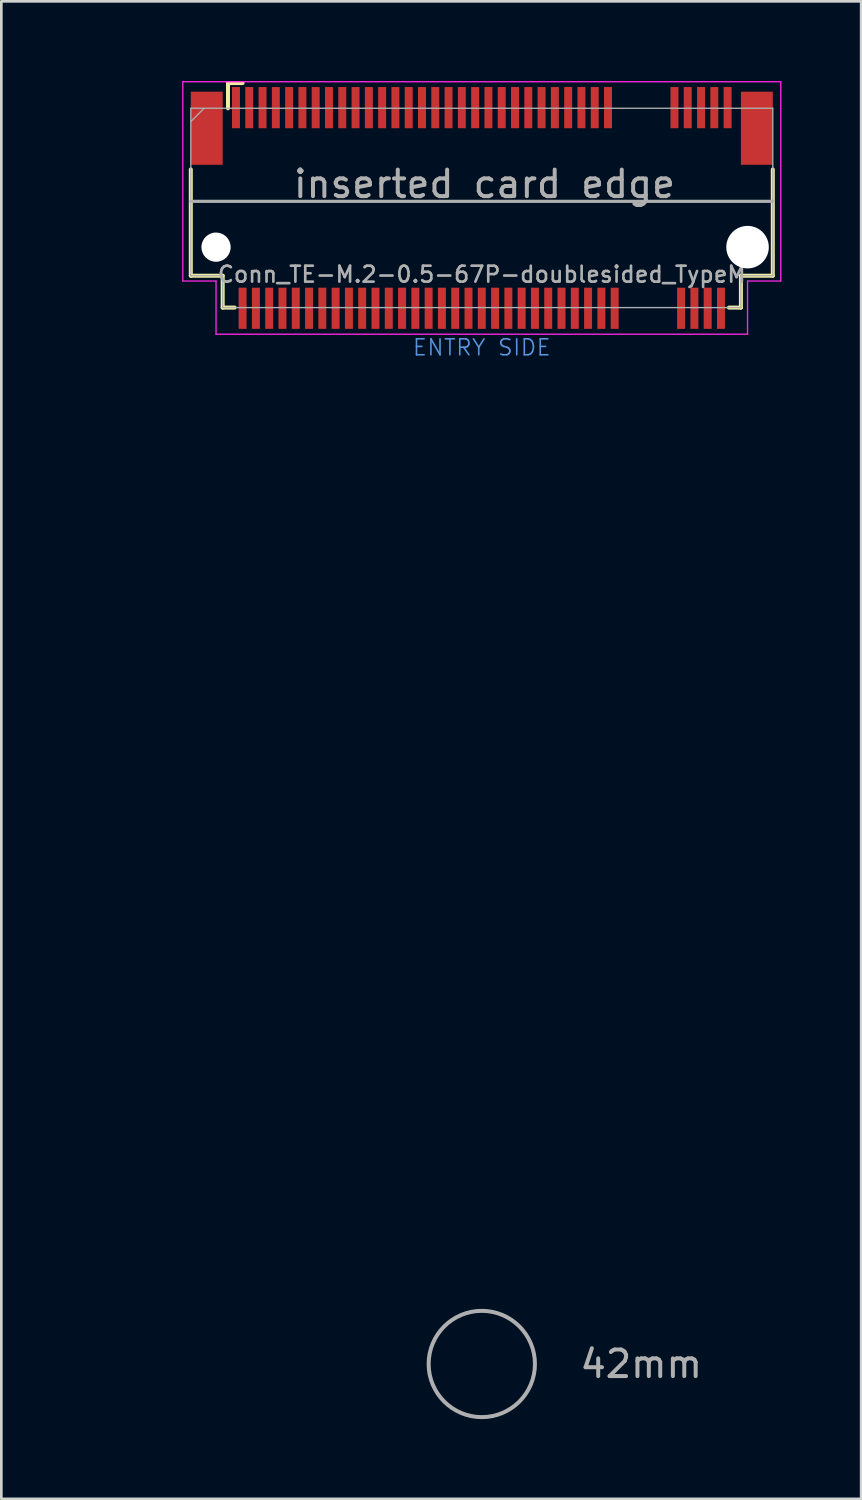
<source format=kicad_pcb>
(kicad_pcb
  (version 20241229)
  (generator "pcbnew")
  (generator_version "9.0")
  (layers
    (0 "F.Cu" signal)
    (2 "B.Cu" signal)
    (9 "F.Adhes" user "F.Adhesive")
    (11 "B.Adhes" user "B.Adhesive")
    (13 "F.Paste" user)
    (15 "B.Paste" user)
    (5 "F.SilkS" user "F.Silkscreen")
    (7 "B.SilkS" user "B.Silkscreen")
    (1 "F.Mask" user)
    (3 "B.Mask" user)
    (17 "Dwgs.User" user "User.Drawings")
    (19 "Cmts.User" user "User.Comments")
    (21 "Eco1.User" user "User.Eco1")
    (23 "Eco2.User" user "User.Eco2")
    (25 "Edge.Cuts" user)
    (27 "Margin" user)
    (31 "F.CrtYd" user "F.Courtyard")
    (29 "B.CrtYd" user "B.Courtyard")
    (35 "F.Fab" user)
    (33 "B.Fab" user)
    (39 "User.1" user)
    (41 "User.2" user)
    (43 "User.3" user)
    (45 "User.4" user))
  (footprint "Conn_TE-M.2-0.5-67P-doublesided_TypeM"
    (layer "F.Cu")
    (at 15.079 6.275)
    (property "Reference" "Conn_TE-M.2-0.5-67P-doublesided_TypeM" (at 0 1 0) (layer "F.Fab") (effects (font (size 0.6 0.6) (thickness 0.1))))
    (attr through_hole)
    (fp_line (start -10.95 1.05) (end -10.95 -2.95) (stroke (width 0.15) (type solid)) (layer "F.SilkS"))
    (fp_line (start -9.75 1.05) (end -10.95 1.05) (stroke (width 0.15) (type solid)) (layer "F.SilkS"))
    (fp_line (start -9.75 2.25) (end -9.75 1.05) (stroke (width 0.15) (type solid)) (layer "F.SilkS"))
    (fp_line (start -9.55 -6.2) (end -9 -6.2) (stroke (width 0.15) (type solid)) (layer "F.SilkS"))
    (fp_line (start -9.55 -5.25) (end -9.55 -6.2) (stroke (width 0.15) (type solid)) (layer "F.SilkS"))
    (fp_line (start -9.3 2.25) (end -9.75 2.25) (stroke (width 0.15) (type solid)) (layer "F.SilkS"))
    (fp_line (start 9.75 1.05) (end 9.75 2.25) (stroke (width 0.15) (type solid)) (layer "F.SilkS"))
    (fp_line (start 9.75 2.25) (end 9.3 2.25) (stroke (width 0.15) (type solid)) (layer "F.SilkS"))
    (fp_line (start 10.95 1.05) (end 9.75 1.05) (stroke (width 0.15) (type solid)) (layer "F.SilkS"))
    (fp_line (start 10.95 1.05) (end 10.95 -2.95) (stroke (width 0.15) (type solid)) (layer "F.SilkS"))
    (fp_line (start -11.25 -6.25) (end 11.25 -6.25) (stroke (width 0.05) (type solid)) (layer "F.CrtYd"))
    (fp_line (start -11.25 1.25) (end -11.25 -6.25) (stroke (width 0.05) (type solid)) (layer "F.CrtYd"))
    (fp_line (start -10 1.25) (end -11.25 1.25) (stroke (width 0.05) (type solid)) (layer "F.CrtYd"))
    (fp_line (start -10 3.25) (end -10 1.25) (stroke (width 0.05) (type solid)) (layer "F.CrtYd"))
    (fp_line (start 10 1.25) (end 10 3.25) (stroke (width 0.05) (type solid)) (layer "F.CrtYd"))
    (fp_line (start 10 3.25) (end -10 3.25) (stroke (width 0.05) (type solid)) (layer "F.CrtYd"))
    (fp_line (start 11.25 -6.25) (end 11.25 1.25) (stroke (width 0.05) (type solid)) (layer "F.CrtYd"))
    (fp_line (start 11.25 1.25) (end 10 1.25) (stroke (width 0.05) (type solid)) (layer "F.CrtYd"))
    (fp_line (start -10.95 -5.25) (end -10.95 1.05) (stroke (width 0.05) (type solid)) (layer "F.Fab"))
    (fp_line (start -10.95 -5.25) (end 10.95 -5.25) (stroke (width 0.05) (type solid)) (layer "F.Fab"))
    (fp_line (start -10.95 -4.75) (end -10.45 -5.25) (stroke (width 0.05) (type solid)) (layer "F.Fab"))
    (fp_line (start -10.95 -1.75) (end 10.95 -1.75) (stroke (width 0.12) (type solid)) (layer "F.Fab"))
    (fp_line (start -10.95 1.05) (end -9.75 1.05) (stroke (width 0.05) (type solid)) (layer "F.Fab"))
    (fp_line (start -9.75 1.05) (end -9.75 2.25) (stroke (width 0.05) (type solid)) (layer "F.Fab"))
    (fp_line (start -9.75 2.25) (end 9.75 2.25) (stroke (width 0.05) (type solid)) (layer "F.Fab"))
    (fp_line (start 9.75 1.05) (end 9.75 2.25) (stroke (width 0.05) (type solid)) (layer "F.Fab"))
    (fp_line (start 10.95 1.05) (end 9.75 1.05) (stroke (width 0.05) (type solid)) (layer "F.Fab"))
    (fp_line (start 10.95 1.05) (end 10.95 -5.25) (stroke (width 0.05) (type solid)) (layer "F.Fab"))
    (fp_circle (center 0 42) (end 2 42) (stroke (width 0.15) (type solid)) (fill no) (layer "F.Fab"))
    (fp_text user "ENTRY SIDE" (at 0 3.75 0) (layer "Cmts.User") (effects (font (size 0.6 0.6) (thickness 0.06))))
    (fp_text user "${REFERENCE}" (at -10.1 -4.8 0) (layer "Eco1.User") (effects (font (size 0.3 0.3) (thickness 0.03))))
    (fp_text user "inserted card edge" (at 0.1 -2.4 0) (layer "F.Fab") (effects (font (size 1 1) (thickness 0.15))))
    (fp_text user "42mm" (at 6 42 0) (layer "F.Fab") (effects (font (size 1 1) (thickness 0.15))))
    (pad "" np_thru_hole circle (at -10 -0.025) (size 1.1 1.1) (drill 1.1) (layers "*.Cu"))
    (pad "" np_thru_hole circle (at 10 -0.025) (size 1.6 1.6) (drill 1.6) (layers "*.Cu"))
    (pad "1" smd rect (at -9.25 -5.275) (size 0.3 1.55) (layers "F.Cu" "F.Mask" "F.Paste"))
    (pad "2" smd rect (at -9 2.275) (size 0.3 1.55) (layers "F.Cu" "F.Mask" "F.Paste"))
    (pad "3" smd rect (at -8.75 -5.275) (size 0.3 1.55) (layers "F.Cu" "F.Mask" "F.Paste"))
    (pad "4" smd rect (at -8.5 2.275) (size 0.3 1.55) (layers "F.Cu" "F.Mask" "F.Paste"))
    (pad "5" smd rect (at -8.25 -5.275) (size 0.3 1.55) (layers "F.Cu" "F.Mask" "F.Paste"))
    (pad "6" smd rect (at -8 2.275) (size 0.3 1.55) (layers "F.Cu" "F.Mask" "F.Paste"))
    (pad "7" smd rect (at -7.75 -5.275) (size 0.3 1.55) (layers "F.Cu" "F.Mask" "F.Paste"))
    (pad "8" smd rect (at -7.5 2.275) (size 0.3 1.55) (layers "F.Cu" "F.Mask" "F.Paste"))
    (pad "9" smd rect (at -7.25 -5.275) (size 0.3 1.55) (layers "F.Cu" "F.Mask" "F.Paste"))
    (pad "10" smd rect (at -7 2.275) (size 0.3 1.55) (layers "F.Cu" "F.Mask" "F.Paste"))
    (pad "11" smd rect (at -6.75 -5.275) (size 0.3 1.55) (layers "F.Cu" "F.Mask" "F.Paste"))
    (pad "12" smd rect (at -6.5 2.275) (size 0.3 1.55) (layers "F.Cu" "F.Mask" "F.Paste"))
    (pad "13" smd rect (at -6.25 -5.275) (size 0.3 1.55) (layers "F.Cu" "F.Mask" "F.Paste"))
    (pad "14" smd rect (at -6 2.275) (size 0.3 1.55) (layers "F.Cu" "F.Mask" "F.Paste"))
    (pad "15" smd rect (at -5.75 -5.275) (size 0.3 1.55) (layers "F.Cu" "F.Mask" "F.Paste"))
    (pad "16" smd rect (at -5.5 2.275) (size 0.3 1.55) (layers "F.Cu" "F.Mask" "F.Paste"))
    (pad "17" smd rect (at -5.25 -5.275) (size 0.3 1.55) (layers "F.Cu" "F.Mask" "F.Paste"))
    (pad "18" smd rect (at -5 2.275) (size 0.3 1.55) (layers "F.Cu" "F.Mask" "F.Paste"))
    (pad "19" smd rect (at -4.75 -5.275) (size 0.3 1.55) (layers "F.Cu" "F.Mask" "F.Paste"))
    (pad "20" smd rect (at -4.5 2.275) (size 0.3 1.55) (layers "F.Cu" "F.Mask" "F.Paste"))
    (pad "21" smd rect (at -4.25 -5.275) (size 0.3 1.55) (layers "F.Cu" "F.Mask" "F.Paste"))
    (pad "22" smd rect (at -4 2.275) (size 0.3 1.55) (layers "F.Cu" "F.Mask" "F.Paste"))
    (pad "23" smd rect (at -3.75 -5.275) (size 0.3 1.55) (layers "F.Cu" "F.Mask" "F.Paste"))
    (pad "24" smd rect (at -3.5 2.275) (size 0.3 1.55) (layers "F.Cu" "F.Mask" "F.Paste"))
    (pad "25" smd rect (at -3.25 -5.275) (size 0.3 1.55) (layers "F.Cu" "F.Mask" "F.Paste"))
    (pad "26" smd rect (at -3 2.275) (size 0.3 1.55) (layers "F.Cu" "F.Mask" "F.Paste"))
    (pad "27" smd rect (at -2.75 -5.275) (size 0.3 1.55) (layers "F.Cu" "F.Mask" "F.Paste"))
    (pad "28" smd rect (at -2.5 2.275) (size 0.3 1.55) (layers "F.Cu" "F.Mask" "F.Paste"))
    (pad "29" smd rect (at -2.25 -5.275) (size 0.3 1.55) (layers "F.Cu" "F.Mask" "F.Paste"))
    (pad "30" smd rect (at -2 2.275) (size 0.3 1.55) (layers "F.Cu" "F.Mask" "F.Paste"))
    (pad "31" smd rect (at -1.75 -5.275) (size 0.3 1.55) (layers "F.Cu" "F.Mask" "F.Paste"))
    (pad "32" smd rect (at -1.5 2.275) (size 0.3 1.55) (layers "F.Cu" "F.Mask" "F.Paste"))
    (pad "33" smd rect (at -1.25 -5.275) (size 0.3 1.55) (layers "F.Cu" "F.Mask" "F.Paste"))
    (pad "34" smd rect (at -1 2.275) (size 0.3 1.55) (layers "F.Cu" "F.Mask" "F.Paste"))
    (pad "35" smd rect (at -0.75 -5.275) (size 0.3 1.55) (layers "F.Cu" "F.Mask" "F.Paste"))
    (pad "36" smd rect (at -0.5 2.275) (size 0.3 1.55) (layers "F.Cu" "F.Mask" "F.Paste"))
    (pad "37" smd rect (at -0.25 -5.275) (size 0.3 1.55) (layers "F.Cu" "F.Mask" "F.Paste"))
    (pad "38" smd rect (at 0 2.275) (size 0.3 1.55) (layers "F.Cu" "F.Mask" "F.Paste"))
    (pad "39" smd rect (at 0.25 -5.275) (size 0.3 1.55) (layers "F.Cu" "F.Mask" "F.Paste"))
    (pad "40" smd rect (at 0.5 2.275) (size 0.3 1.55) (layers "F.Cu" "F.Mask" "F.Paste"))
    (pad "41" smd rect (at 0.75 -5.275) (size 0.3 1.55) (layers "F.Cu" "F.Mask" "F.Paste"))
    (pad "42" smd rect (at 1 2.275) (size 0.3 1.55) (layers "F.Cu" "F.Mask" "F.Paste"))
    (pad "43" smd rect (at 1.25 -5.275) (size 0.3 1.55) (layers "F.Cu" "F.Mask" "F.Paste"))
    (pad "44" smd rect (at 1.5 2.275) (size 0.3 1.55) (layers "F.Cu" "F.Mask" "F.Paste"))
    (pad "45" smd rect (at 1.75 -5.275) (size 0.3 1.55) (layers "F.Cu" "F.Mask" "F.Paste"))
    (pad "46" smd rect (at 2 2.275) (size 0.3 1.55) (layers "F.Cu" "F.Mask" "F.Paste"))
    (pad "47" smd rect (at 2.25 -5.275) (size 0.3 1.55) (layers "F.Cu" "F.Mask" "F.Paste"))
    (pad "48" smd rect (at 2.5 2.275) (size 0.3 1.55) (layers "F.Cu" "F.Mask" "F.Paste"))
    (pad "49" smd rect (at 2.75 -5.275) (size 0.3 1.55) (layers "F.Cu" "F.Mask" "F.Paste"))
    (pad "50" smd rect (at 3 2.275) (size 0.3 1.55) (layers "F.Cu" "F.Mask" "F.Paste"))
    (pad "51" smd rect (at 3.25 -5.275) (size 0.3 1.55) (layers "F.Cu" "F.Mask" "F.Paste"))
    (pad "52" smd rect (at 3.5 2.275) (size 0.3 1.55) (layers "F.Cu" "F.Mask" "F.Paste"))
    (pad "53" smd rect (at 3.75 -5.275) (size 0.3 1.55) (layers "F.Cu" "F.Mask" "F.Paste"))
    (pad "54" smd rect (at 4 2.275) (size 0.3 1.55) (layers "F.Cu" "F.Mask" "F.Paste"))
    (pad "55" smd rect (at 4.25 -5.275) (size 0.3 1.55) (layers "F.Cu" "F.Mask" "F.Paste"))
    (pad "56" smd rect (at 4.5 2.275) (size 0.3 1.55) (layers "F.Cu" "F.Mask" "F.Paste"))
    (pad "57" smd rect (at 4.75 -5.275) (size 0.3 1.55) (layers "F.Cu" "F.Mask" "F.Paste"))
    (pad "58" smd rect (at 5 2.275) (size 0.3 1.55) (layers "F.Cu" "F.Mask" "F.Paste"))
    (pad "67" smd rect (at 7.25 -5.275) (size 0.3 1.55) (layers "F.Cu" "F.Mask" "F.Paste"))
    (pad "68" smd rect (at 7.5 2.275) (size 0.3 1.55) (layers "F.Cu" "F.Mask" "F.Paste"))
    (pad "69" smd rect (at 7.75 -5.275) (size 0.3 1.55) (layers "F.Cu" "F.Mask" "F.Paste"))
    (pad "70" smd rect (at 8 2.275) (size 0.3 1.55) (layers "F.Cu" "F.Mask" "F.Paste"))
    (pad "71" smd rect (at 8.25 -5.275) (size 0.3 1.55) (layers "F.Cu" "F.Mask" "F.Paste"))
    (pad "72" smd rect (at 8.5 2.275) (size 0.3 1.55) (layers "F.Cu" "F.Mask" "F.Paste"))
    (pad "73" smd rect (at 8.75 -5.275) (size 0.3 1.55) (layers "F.Cu" "F.Mask" "F.Paste"))
    (pad "74" smd rect (at 9 2.275) (size 0.3 1.55) (layers "F.Cu" "F.Mask" "F.Paste"))
    (pad "75" smd rect (at 9.25 -5.275) (size 0.3 1.55) (layers "F.Cu" "F.Mask" "F.Paste"))
    (pad "MP" smd rect (at -10.35 -4.5) (size 1.2 2.75) (layers "F.Cu" "F.Mask" "F.Paste"))
    (pad "MP" smd rect (at 10.35 -4.5) (size 1.2 2.75) (layers "F.Cu" "F.Mask" "F.Paste")))
  (gr_rect
    (start -3 -3)
    (end 29.354 53.35)
    (stroke (width 0.1) (type default))
    (fill no)
    (layer "Edge.Cuts")))
</source>
